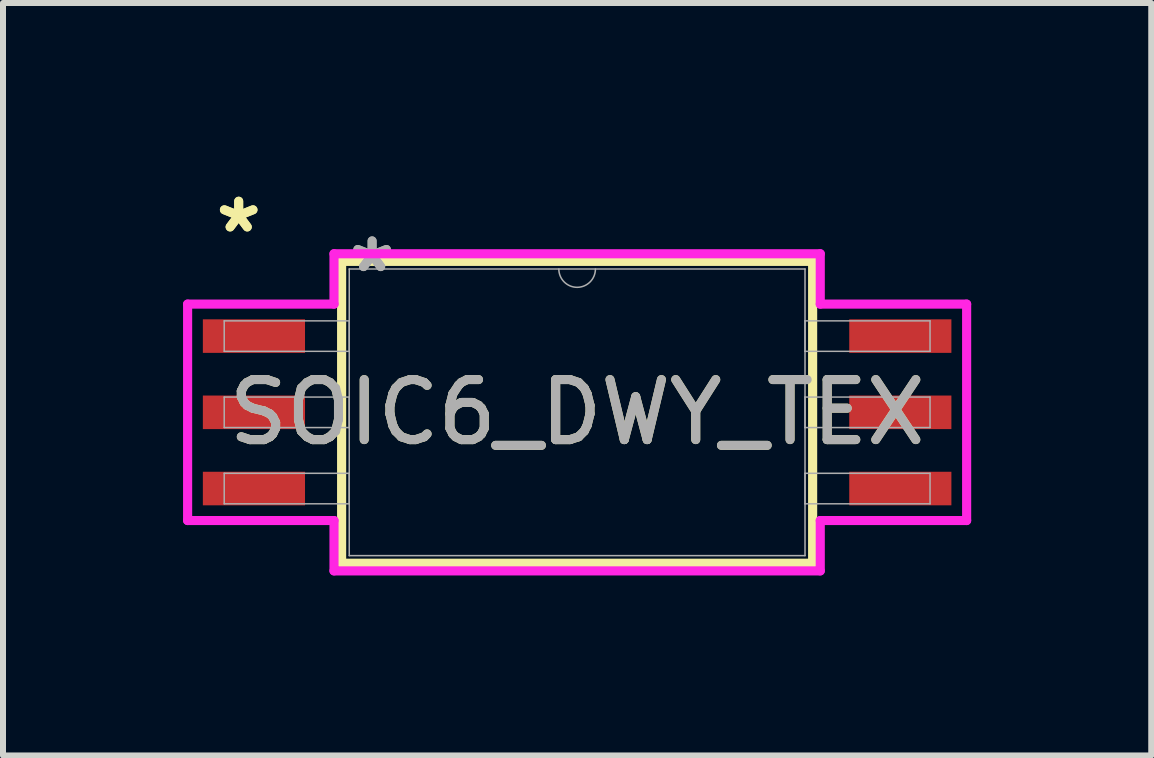
<source format=kicad_pcb>
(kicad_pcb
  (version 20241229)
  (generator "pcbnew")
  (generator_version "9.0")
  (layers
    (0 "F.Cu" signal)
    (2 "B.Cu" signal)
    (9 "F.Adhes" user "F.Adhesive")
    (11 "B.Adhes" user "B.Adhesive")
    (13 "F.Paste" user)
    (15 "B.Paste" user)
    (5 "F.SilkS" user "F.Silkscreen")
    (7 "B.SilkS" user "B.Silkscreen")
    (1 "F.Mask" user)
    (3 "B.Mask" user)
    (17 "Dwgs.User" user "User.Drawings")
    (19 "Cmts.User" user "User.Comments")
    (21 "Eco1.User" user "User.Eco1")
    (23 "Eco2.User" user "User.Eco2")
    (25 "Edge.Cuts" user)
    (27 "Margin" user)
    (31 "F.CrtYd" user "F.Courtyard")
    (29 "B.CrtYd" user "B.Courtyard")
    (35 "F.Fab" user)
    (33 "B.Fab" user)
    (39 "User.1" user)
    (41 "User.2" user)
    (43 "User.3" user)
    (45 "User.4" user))
  (footprint "SOIC6_DWY_TEX"
    (layer "F.Cu")
    (at 6.566 3.82)
    (property "Reference" "SOIC6_DWY_TEX" (at 0 0 0) (unlocked yes) (layer "F.SilkS") (effects (font (size 1 1) (thickness 0.15))))
    (attr smd)
    (fp_line (start -3.924 -2.515) (end -3.924 2.515) (stroke (width 0.152) (type solid)) (layer "F.SilkS"))
    (fp_line (start -3.924 2.515) (end 3.924 2.515) (stroke (width 0.152) (type solid)) (layer "F.SilkS"))
    (fp_line (start 3.924 -2.515) (end -3.924 -2.515) (stroke (width 0.152) (type solid)) (layer "F.SilkS"))
    (fp_line (start 3.924 2.515) (end 3.924 -2.515) (stroke (width 0.152) (type solid)) (layer "F.SilkS"))
    (fp_line (start -6.49 -1.803) (end -4.051 -1.803) (stroke (width 0.152) (type solid)) (layer "F.CrtYd"))
    (fp_line (start -6.49 1.803) (end -6.49 -1.803) (stroke (width 0.152) (type solid)) (layer "F.CrtYd"))
    (fp_line (start -6.49 1.803) (end -4.051 1.803) (stroke (width 0.152) (type solid)) (layer "F.CrtYd"))
    (fp_line (start -4.051 -2.642) (end 4.051 -2.642) (stroke (width 0.152) (type solid)) (layer "F.CrtYd"))
    (fp_line (start -4.051 -1.803) (end -4.051 -2.642) (stroke (width 0.152) (type solid)) (layer "F.CrtYd"))
    (fp_line (start -4.051 2.642) (end -4.051 1.803) (stroke (width 0.152) (type solid)) (layer "F.CrtYd"))
    (fp_line (start 4.051 -2.642) (end 4.051 -1.803) (stroke (width 0.152) (type solid)) (layer "F.CrtYd"))
    (fp_line (start 4.051 1.803) (end 4.051 2.642) (stroke (width 0.152) (type solid)) (layer "F.CrtYd"))
    (fp_line (start 4.051 2.642) (end -4.051 2.642) (stroke (width 0.152) (type solid)) (layer "F.CrtYd"))
    (fp_line (start 6.49 -1.803) (end 4.051 -1.803) (stroke (width 0.152) (type solid)) (layer "F.CrtYd"))
    (fp_line (start 6.49 -1.803) (end 6.49 1.803) (stroke (width 0.152) (type solid)) (layer "F.CrtYd"))
    (fp_line (start 6.49 1.803) (end 4.051 1.803) (stroke (width 0.152) (type solid)) (layer "F.CrtYd"))
    (fp_line (start -5.88 -1.524) (end -5.88 -1.016) (stroke (width 0.025) (type solid)) (layer "F.Fab"))
    (fp_line (start -5.88 -1.016) (end -3.797 -1.016) (stroke (width 0.025) (type solid)) (layer "F.Fab"))
    (fp_line (start -5.88 -0.254) (end -5.88 0.254) (stroke (width 0.025) (type solid)) (layer "F.Fab"))
    (fp_line (start -5.88 0.254) (end -3.797 0.254) (stroke (width 0.025) (type solid)) (layer "F.Fab"))
    (fp_line (start -5.88 1.016) (end -5.88 1.524) (stroke (width 0.025) (type solid)) (layer "F.Fab"))
    (fp_line (start -5.88 1.524) (end -3.797 1.524) (stroke (width 0.025) (type solid)) (layer "F.Fab"))
    (fp_line (start -3.797 -2.388) (end -3.797 2.388) (stroke (width 0.025) (type solid)) (layer "F.Fab"))
    (fp_line (start -3.797 -1.524) (end -5.88 -1.524) (stroke (width 0.025) (type solid)) (layer "F.Fab"))
    (fp_line (start -3.797 -1.016) (end -3.797 -1.524) (stroke (width 0.025) (type solid)) (layer "F.Fab"))
    (fp_line (start -3.797 -0.254) (end -5.88 -0.254) (stroke (width 0.025) (type solid)) (layer "F.Fab"))
    (fp_line (start -3.797 0.254) (end -3.797 -0.254) (stroke (width 0.025) (type solid)) (layer "F.Fab"))
    (fp_line (start -3.797 1.016) (end -5.88 1.016) (stroke (width 0.025) (type solid)) (layer "F.Fab"))
    (fp_line (start -3.797 1.524) (end -3.797 1.016) (stroke (width 0.025) (type solid)) (layer "F.Fab"))
    (fp_line (start -3.797 2.388) (end 3.797 2.388) (stroke (width 0.025) (type solid)) (layer "F.Fab"))
    (fp_line (start 3.797 -2.388) (end -3.797 -2.388) (stroke (width 0.025) (type solid)) (layer "F.Fab"))
    (fp_line (start 3.797 -1.524) (end 3.797 -1.016) (stroke (width 0.025) (type solid)) (layer "F.Fab"))
    (fp_line (start 3.797 -1.016) (end 5.88 -1.016) (stroke (width 0.025) (type solid)) (layer "F.Fab"))
    (fp_line (start 3.797 -0.254) (end 3.797 0.254) (stroke (width 0.025) (type solid)) (layer "F.Fab"))
    (fp_line (start 3.797 0.254) (end 5.88 0.254) (stroke (width 0.025) (type solid)) (layer "F.Fab"))
    (fp_line (start 3.797 1.016) (end 3.797 1.524) (stroke (width 0.025) (type solid)) (layer "F.Fab"))
    (fp_line (start 3.797 1.524) (end 5.88 1.524) (stroke (width 0.025) (type solid)) (layer "F.Fab"))
    (fp_line (start 3.797 2.388) (end 3.797 -2.388) (stroke (width 0.025) (type solid)) (layer "F.Fab"))
    (fp_line (start 5.88 -1.524) (end 3.797 -1.524) (stroke (width 0.025) (type solid)) (layer "F.Fab"))
    (fp_line (start 5.88 -1.016) (end 5.88 -1.524) (stroke (width 0.025) (type solid)) (layer "F.Fab"))
    (fp_line (start 5.88 -0.254) (end 3.797 -0.254) (stroke (width 0.025) (type solid)) (layer "F.Fab"))
    (fp_line (start 5.88 0.254) (end 5.88 -0.254) (stroke (width 0.025) (type solid)) (layer "F.Fab"))
    (fp_line (start 5.88 1.016) (end 3.797 1.016) (stroke (width 0.025) (type solid)) (layer "F.Fab"))
    (fp_line (start 5.88 1.524) (end 5.88 1.016) (stroke (width 0.025) (type solid)) (layer "F.Fab"))
    (fp_arc (start 0.3048 -2.3876) (mid 0 -2.0828) (end -0.3048 -2.3876) (stroke (width 0.0254) (type solid)) (layer "F.Fab"))
    (fp_text user "*" (at -5.639 -2.972 0) (unlocked yes) (layer "F.SilkS") (effects (font (size 1 1) (thickness 0.15))))
    (fp_text user "*" (at -5.639 -2.972 0) (layer "F.SilkS") (effects (font (size 1 1) (thickness 0.15))))
    (fp_text user "*" (at -3.416 -2.311 0) (layer "F.Fab") (effects (font (size 1 1) (thickness 0.15))))
    (fp_text user "${REFERENCE}" (at 0 0 0) (unlocked yes) (layer "F.Fab") (effects (font (size 1 1) (thickness 0.15))))
    (fp_text user "*" (at -3.416 -2.311 0) (unlocked yes) (layer "F.Fab") (effects (font (size 1 1) (thickness 0.15))))
    (pad "1" smd rect (at -5.385 -1.27) (size 1.702 0.559) (layers "F.Cu" "F.Mask" "F.Paste"))
    (pad "2" smd rect (at -5.385 0) (size 1.702 0.559) (layers "F.Cu" "F.Mask" "F.Paste"))
    (pad "3" smd rect (at -5.385 1.27) (size 1.702 0.559) (layers "F.Cu" "F.Mask" "F.Paste"))
    (pad "4" smd rect (at 5.385 1.27) (size 1.702 0.559) (layers "F.Cu" "F.Mask" "F.Paste"))
    (pad "5" smd rect (at 5.385 0) (size 1.702 0.559) (layers "F.Cu" "F.Mask" "F.Paste"))
    (pad "6" smd rect (at 5.385 -1.27) (size 1.702 0.559) (layers "F.Cu" "F.Mask" "F.Paste")))
  (gr_rect
    (start -3 -3)
    (end 16.132 9.538)
    (stroke (width 0.1) (type default))
    (fill no)
    (layer "Edge.Cuts")))
</source>
